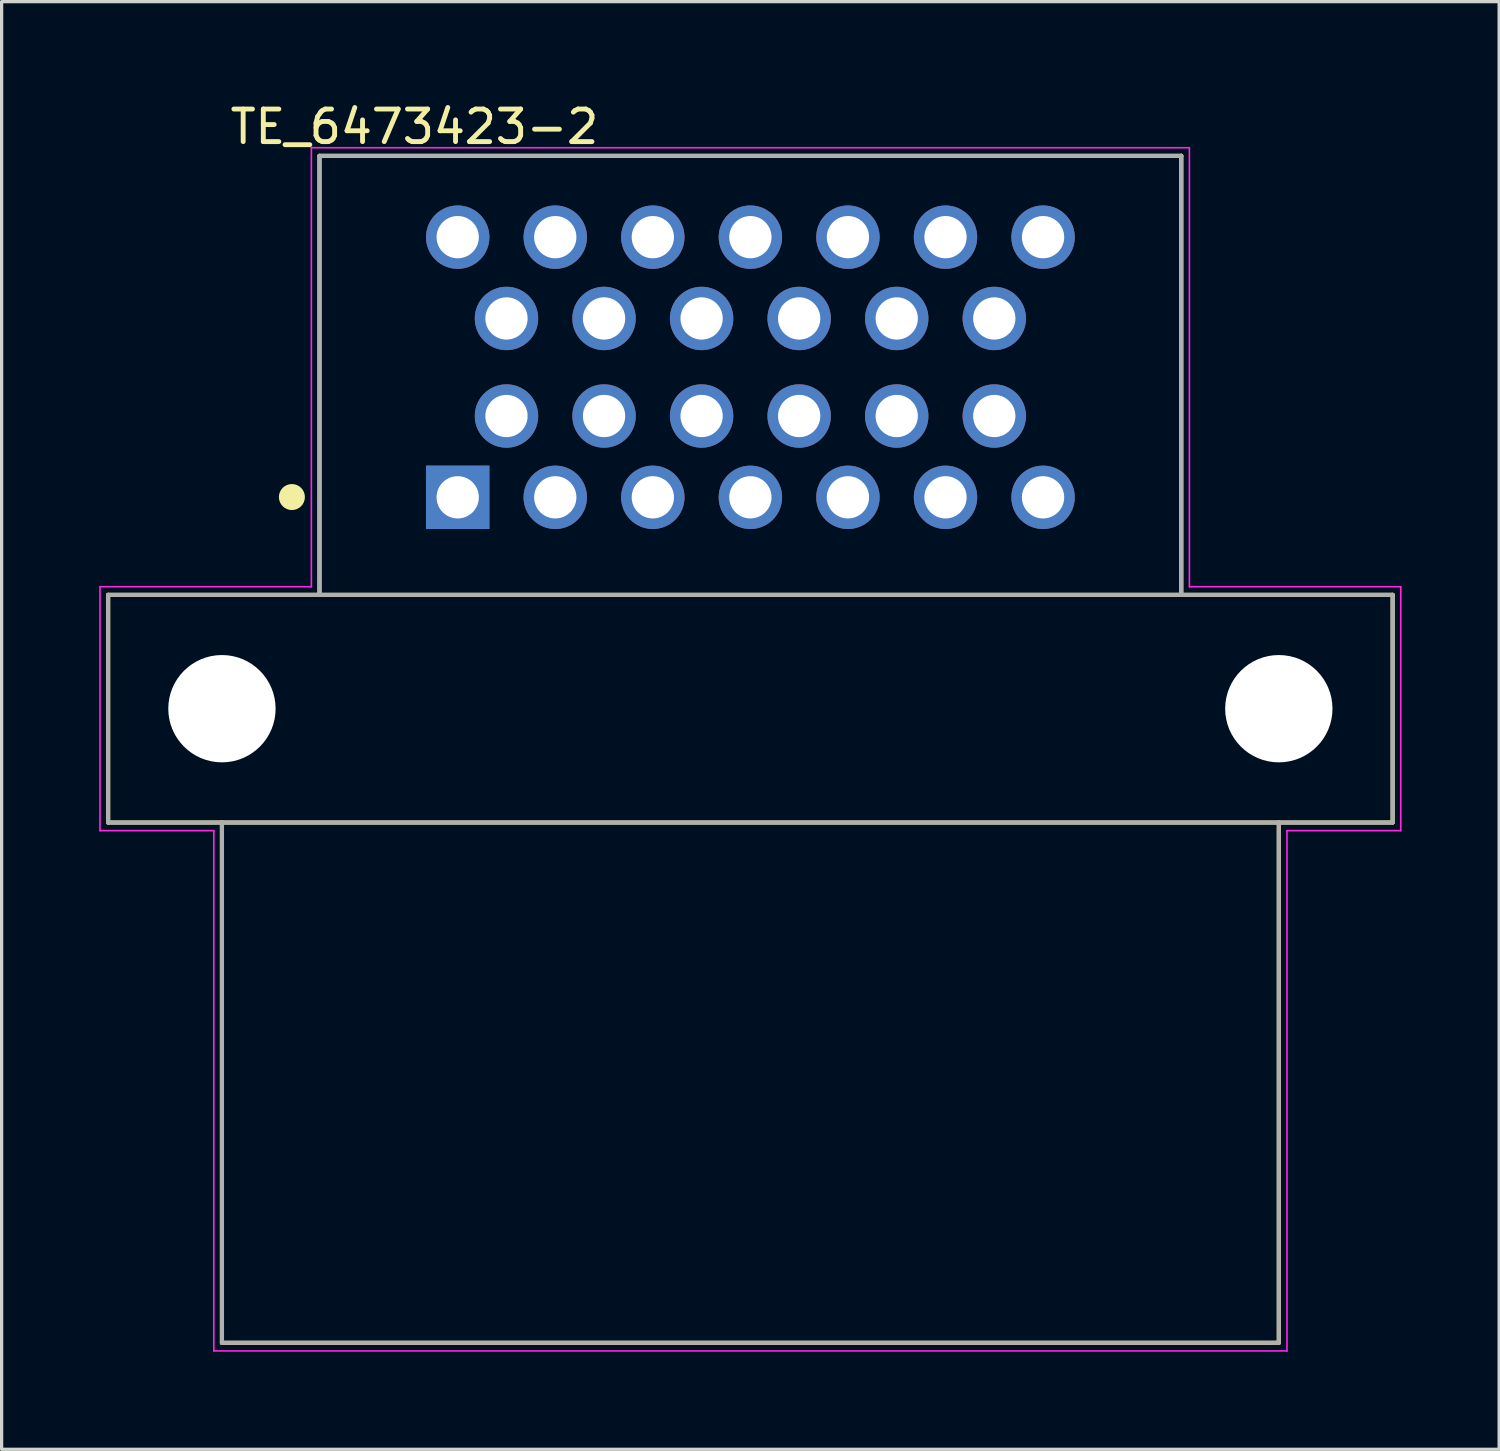
<source format=kicad_pcb>
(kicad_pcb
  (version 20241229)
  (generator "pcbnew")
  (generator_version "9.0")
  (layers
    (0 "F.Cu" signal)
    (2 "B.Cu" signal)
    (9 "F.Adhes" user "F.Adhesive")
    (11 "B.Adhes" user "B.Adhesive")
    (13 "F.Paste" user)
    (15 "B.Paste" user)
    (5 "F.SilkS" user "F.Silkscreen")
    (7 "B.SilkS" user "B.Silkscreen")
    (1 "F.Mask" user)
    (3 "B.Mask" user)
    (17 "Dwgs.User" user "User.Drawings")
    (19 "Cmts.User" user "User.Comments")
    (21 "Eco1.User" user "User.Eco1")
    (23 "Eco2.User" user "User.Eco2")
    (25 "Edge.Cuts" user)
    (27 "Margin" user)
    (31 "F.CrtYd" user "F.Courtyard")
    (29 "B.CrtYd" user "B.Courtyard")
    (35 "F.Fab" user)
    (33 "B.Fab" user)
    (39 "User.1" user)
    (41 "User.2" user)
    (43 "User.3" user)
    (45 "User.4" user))
  (footprint "TE_6473423-2"
    (layer "F.Cu")
    (at 20.025 18.743)
    (property "Reference" "TE_6473423-2" (at -10.33 -17.894 0) (layer "F.SilkS") (effects (font (size 1.001 1.001) (thickness 0.15))))
    (attr through_hole)
    (fp_line (start -19.75 -3.5) (end -19.75 3.5) (stroke (width 0.127) (type solid)) (layer "F.SilkS"))
    (fp_line (start -19.75 3.5) (end -16.25 3.5) (stroke (width 0.127) (type solid)) (layer "F.SilkS"))
    (fp_line (start -16.25 3.5) (end -16.25 19.5) (stroke (width 0.127) (type solid)) (layer "F.SilkS"))
    (fp_line (start -16.25 3.5) (end 16.25 3.5) (stroke (width 0.127) (type solid)) (layer "F.SilkS"))
    (fp_line (start -16.25 19.5) (end 16.25 19.5) (stroke (width 0.127) (type solid)) (layer "F.SilkS"))
    (fp_line (start -13.25 -17) (end 13.25 -17) (stroke (width 0.127) (type solid)) (layer "F.SilkS"))
    (fp_line (start -13.25 -3.5) (end -19.75 -3.5) (stroke (width 0.127) (type solid)) (layer "F.SilkS"))
    (fp_line (start -13.25 -3.5) (end -13.25 -17) (stroke (width 0.127) (type solid)) (layer "F.SilkS"))
    (fp_line (start 13.25 -17) (end 13.25 -3.5) (stroke (width 0.127) (type solid)) (layer "F.SilkS"))
    (fp_line (start 13.25 -3.5) (end -13.25 -3.5) (stroke (width 0.127) (type solid)) (layer "F.SilkS"))
    (fp_line (start 16.25 3.5) (end 19.75 3.5) (stroke (width 0.127) (type solid)) (layer "F.SilkS"))
    (fp_line (start 16.25 19.5) (end 16.25 3.5) (stroke (width 0.127) (type solid)) (layer "F.SilkS"))
    (fp_line (start 19.75 -3.5) (end 13.25 -3.5) (stroke (width 0.127) (type solid)) (layer "F.SilkS"))
    (fp_line (start 19.75 3.5) (end 19.75 -3.5) (stroke (width 0.127) (type solid)) (layer "F.SilkS"))
    (fp_circle (center -14.099 -6.508) (end -13.899 -6.508) (stroke (width 0.4) (type solid)) (fill no) (layer "F.SilkS"))
    (fp_line (start -20 -3.75) (end -13.5 -3.75) (stroke (width 0.05) (type solid)) (layer "F.CrtYd"))
    (fp_line (start -20 3.75) (end -20 -3.75) (stroke (width 0.05) (type solid)) (layer "F.CrtYd"))
    (fp_line (start -16.5 3.75) (end -20 3.75) (stroke (width 0.05) (type solid)) (layer "F.CrtYd"))
    (fp_line (start -16.5 19.75) (end -16.5 3.75) (stroke (width 0.05) (type solid)) (layer "F.CrtYd"))
    (fp_line (start -13.5 -17.25) (end 13.5 -17.25) (stroke (width 0.05) (type solid)) (layer "F.CrtYd"))
    (fp_line (start -13.5 -3.75) (end -13.5 -17.25) (stroke (width 0.05) (type solid)) (layer "F.CrtYd"))
    (fp_line (start 13.5 -17.25) (end 13.5 -3.75) (stroke (width 0.05) (type solid)) (layer "F.CrtYd"))
    (fp_line (start 13.5 -3.75) (end 20 -3.75) (stroke (width 0.05) (type solid)) (layer "F.CrtYd"))
    (fp_line (start 16.5 3.75) (end 16.5 19.75) (stroke (width 0.05) (type solid)) (layer "F.CrtYd"))
    (fp_line (start 16.5 19.75) (end -16.5 19.75) (stroke (width 0.05) (type solid)) (layer "F.CrtYd"))
    (fp_line (start 20 -3.75) (end 20 3.75) (stroke (width 0.05) (type solid)) (layer "F.CrtYd"))
    (fp_line (start 20 3.75) (end 16.5 3.75) (stroke (width 0.05) (type solid)) (layer "F.CrtYd"))
    (fp_line (start -19.75 -3.5) (end -19.75 3.5) (stroke (width 0.127) (type solid)) (layer "F.Fab"))
    (fp_line (start -19.75 3.5) (end -16.25 3.5) (stroke (width 0.127) (type solid)) (layer "F.Fab"))
    (fp_line (start -16.25 3.5) (end -16.25 19.5) (stroke (width 0.127) (type solid)) (layer "F.Fab"))
    (fp_line (start -16.25 3.5) (end 16.25 3.5) (stroke (width 0.127) (type solid)) (layer "F.Fab"))
    (fp_line (start -16.25 19.5) (end 16.25 19.5) (stroke (width 0.127) (type solid)) (layer "F.Fab"))
    (fp_line (start -13.25 -17) (end 13.25 -17) (stroke (width 0.127) (type solid)) (layer "F.Fab"))
    (fp_line (start -13.25 -3.5) (end -19.75 -3.5) (stroke (width 0.127) (type solid)) (layer "F.Fab"))
    (fp_line (start -13.25 -3.5) (end -13.25 -17) (stroke (width 0.127) (type solid)) (layer "F.Fab"))
    (fp_line (start 13.25 -17) (end 13.25 -3.5) (stroke (width 0.127) (type solid)) (layer "F.Fab"))
    (fp_line (start 13.25 -3.5) (end -13.25 -3.5) (stroke (width 0.127) (type solid)) (layer "F.Fab"))
    (fp_line (start 16.25 3.5) (end 19.75 3.5) (stroke (width 0.127) (type solid)) (layer "F.Fab"))
    (fp_line (start 16.25 19.5) (end 16.25 3.5) (stroke (width 0.127) (type solid)) (layer "F.Fab"))
    (fp_line (start 19.75 -3.5) (end 13.25 -3.5) (stroke (width 0.127) (type solid)) (layer "F.Fab"))
    (fp_line (start 19.75 3.5) (end 19.75 -3.5) (stroke (width 0.127) (type solid)) (layer "F.Fab"))
    (fp_circle (center -9 -6.5) (end -8.8 -6.5) (stroke (width 0.4) (type solid)) (fill no) (layer "F.Fab"))
    (pad "" np_thru_hole circle (at -16.25 0) (size 3.3 3.3) (drill 3.3) (layers "*.Cu" "*.Mask"))
    (pad "" np_thru_hole circle (at 16.25 0) (size 3.3 3.3) (drill 3.3) (layers "*.Cu" "*.Mask"))
    (pad "1" thru_hole rect (at -9 -6.5) (size 1.95 1.95) (drill 1.3) (layers "*.Cu" "*.Mask"))
    (pad "2" thru_hole circle (at -6 -6.5) (size 1.95 1.95) (drill 1.3) (layers "*.Cu" "*.Mask"))
    (pad "3" thru_hole circle (at -3 -6.5) (size 1.95 1.95) (drill 1.3) (layers "*.Cu" "*.Mask"))
    (pad "4" thru_hole circle (at 0 -6.5) (size 1.95 1.95) (drill 1.3) (layers "*.Cu" "*.Mask"))
    (pad "5" thru_hole circle (at 3 -6.5) (size 1.95 1.95) (drill 1.3) (layers "*.Cu" "*.Mask"))
    (pad "6" thru_hole circle (at 6 -6.5) (size 1.95 1.95) (drill 1.3) (layers "*.Cu" "*.Mask"))
    (pad "7" thru_hole circle (at 9 -6.5) (size 1.95 1.95) (drill 1.3) (layers "*.Cu" "*.Mask"))
    (pad "8" thru_hole circle (at -7.5 -9) (size 1.95 1.95) (drill 1.3) (layers "*.Cu" "*.Mask"))
    (pad "9" thru_hole circle (at -4.5 -9) (size 1.95 1.95) (drill 1.3) (layers "*.Cu" "*.Mask"))
    (pad "10" thru_hole circle (at -1.5 -9) (size 1.95 1.95) (drill 1.3) (layers "*.Cu" "*.Mask"))
    (pad "11" thru_hole circle (at 1.5 -9) (size 1.95 1.95) (drill 1.3) (layers "*.Cu" "*.Mask"))
    (pad "12" thru_hole circle (at 4.5 -9) (size 1.95 1.95) (drill 1.3) (layers "*.Cu" "*.Mask"))
    (pad "13" thru_hole circle (at 7.5 -9) (size 1.95 1.95) (drill 1.3) (layers "*.Cu" "*.Mask"))
    (pad "14" thru_hole circle (at -7.5 -12) (size 1.95 1.95) (drill 1.3) (layers "*.Cu" "*.Mask"))
    (pad "15" thru_hole circle (at -4.5 -12) (size 1.95 1.95) (drill 1.3) (layers "*.Cu" "*.Mask"))
    (pad "16" thru_hole circle (at -1.5 -12) (size 1.95 1.95) (drill 1.3) (layers "*.Cu" "*.Mask"))
    (pad "17" thru_hole circle (at 1.5 -12) (size 1.95 1.95) (drill 1.3) (layers "*.Cu" "*.Mask"))
    (pad "18" thru_hole circle (at 4.5 -12) (size 1.95 1.95) (drill 1.3) (layers "*.Cu" "*.Mask"))
    (pad "19" thru_hole circle (at 7.5 -12) (size 1.95 1.95) (drill 1.3) (layers "*.Cu" "*.Mask"))
    (pad "20" thru_hole circle (at -9 -14.5) (size 1.95 1.95) (drill 1.3) (layers "*.Cu" "*.Mask"))
    (pad "21" thru_hole circle (at -6 -14.5) (size 1.95 1.95) (drill 1.3) (layers "*.Cu" "*.Mask"))
    (pad "22" thru_hole circle (at -3 -14.5) (size 1.95 1.95) (drill 1.3) (layers "*.Cu" "*.Mask"))
    (pad "23" thru_hole circle (at 0 -14.5) (size 1.95 1.95) (drill 1.3) (layers "*.Cu" "*.Mask"))
    (pad "24" thru_hole circle (at 3 -14.5) (size 1.95 1.95) (drill 1.3) (layers "*.Cu" "*.Mask"))
    (pad "25" thru_hole circle (at 6 -14.5) (size 1.95 1.95) (drill 1.3) (layers "*.Cu" "*.Mask"))
    (pad "26" thru_hole circle (at 9 -14.5) (size 1.95 1.95) (drill 1.3) (layers "*.Cu" "*.Mask")))
  (gr_rect
    (start -3 -3)
    (end 43.05 41.518)
    (stroke (width 0.1) (type default))
    (fill no)
    (layer "Edge.Cuts")))
</source>
